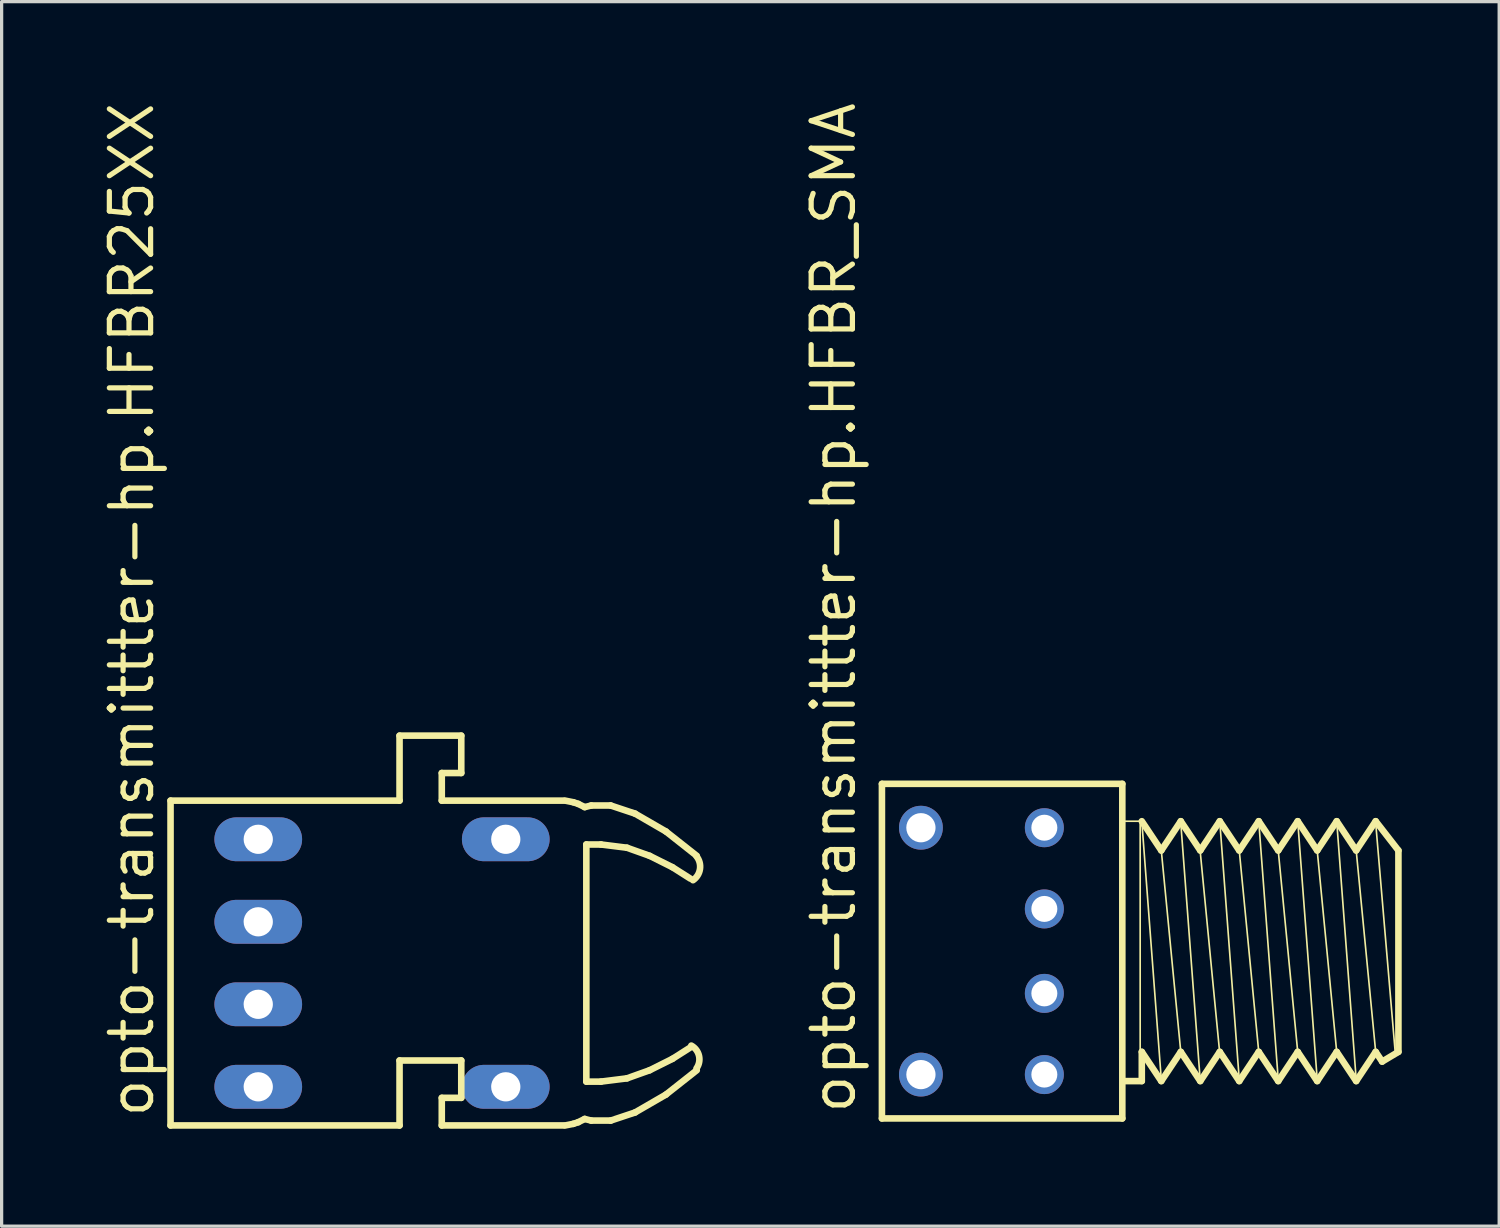
<source format=kicad_pcb>
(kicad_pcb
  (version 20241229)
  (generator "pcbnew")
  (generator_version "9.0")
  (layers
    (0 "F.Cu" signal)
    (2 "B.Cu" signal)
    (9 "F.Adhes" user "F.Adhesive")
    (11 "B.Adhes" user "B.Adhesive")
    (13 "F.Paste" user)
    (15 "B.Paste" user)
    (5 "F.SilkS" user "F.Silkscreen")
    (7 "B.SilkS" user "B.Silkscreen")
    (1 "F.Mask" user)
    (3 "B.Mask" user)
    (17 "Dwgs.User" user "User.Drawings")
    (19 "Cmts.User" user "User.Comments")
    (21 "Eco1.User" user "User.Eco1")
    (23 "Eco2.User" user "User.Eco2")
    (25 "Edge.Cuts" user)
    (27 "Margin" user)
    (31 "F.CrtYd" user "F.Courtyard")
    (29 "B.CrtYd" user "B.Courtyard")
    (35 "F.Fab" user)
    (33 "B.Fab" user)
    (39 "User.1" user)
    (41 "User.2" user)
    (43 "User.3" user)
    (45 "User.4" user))
  (footprint "opto-transmittter-hp.HFBR25XX"
    (layer "F.Cu")
    (at 4.9 26.597)
    (property "Reference" "opto-transmittter-hp.HFBR25XX" (at -3.15 4.835 90) (layer "F.SilkS") (effects (font (size 1.27 1.27) (thickness 0.16)) (justify left bottom)))
    (attr through_hole)
    (fp_line (start -2.7 -5) (end 4.35 -5) (stroke (width 0.203) (type default)) (layer "F.SilkS"))
    (fp_line (start -2.7 5) (end -2.7 -5) (stroke (width 0.203) (type default)) (layer "F.SilkS"))
    (fp_line (start 4.35 -7) (end 4.35 -5) (stroke (width 0.203) (type default)) (layer "F.SilkS"))
    (fp_line (start 4.35 3) (end 4.35 5) (stroke (width 0.203) (type default)) (layer "F.SilkS"))
    (fp_line (start 4.35 5) (end -2.7 5) (stroke (width 0.203) (type default)) (layer "F.SilkS"))
    (fp_line (start 5.65 -5.85) (end 5.65 -5) (stroke (width 0.203) (type default)) (layer "F.SilkS"))
    (fp_line (start 5.65 -5) (end 9.4 -5) (stroke (width 0.203) (type default)) (layer "F.SilkS"))
    (fp_line (start 5.65 4.15) (end 5.65 5) (stroke (width 0.203) (type default)) (layer "F.SilkS"))
    (fp_line (start 6.25 -7) (end 4.35 -7) (stroke (width 0.203) (type default)) (layer "F.SilkS"))
    (fp_line (start 6.25 -7) (end 6.25 -5.85) (stroke (width 0.203) (type default)) (layer "F.SilkS"))
    (fp_line (start 6.25 -5.85) (end 5.65 -5.85) (stroke (width 0.203) (type default)) (layer "F.SilkS"))
    (fp_line (start 6.25 3) (end 4.35 3) (stroke (width 0.203) (type default)) (layer "F.SilkS"))
    (fp_line (start 6.25 3) (end 6.25 4.15) (stroke (width 0.203) (type default)) (layer "F.SilkS"))
    (fp_line (start 6.25 4.15) (end 5.65 4.15) (stroke (width 0.203) (type default)) (layer "F.SilkS"))
    (fp_line (start 9.4 5) (end 5.65 5) (stroke (width 0.203) (type default)) (layer "F.SilkS"))
    (fp_line (start 9.45 -5) (end 9.7 -4.95) (stroke (width 0.203) (type default)) (layer "F.SilkS"))
    (fp_line (start 9.45 5) (end 9.7 4.95) (stroke (width 0.203) (type default)) (layer "F.SilkS"))
    (fp_line (start 9.7 -4.95) (end 9.85 -4.9) (stroke (width 0.203) (type default)) (layer "F.SilkS"))
    (fp_line (start 9.7 4.95) (end 9.85 4.9) (stroke (width 0.203) (type default)) (layer "F.SilkS"))
    (fp_line (start 9.85 -4.9) (end 10.05 -4.8) (stroke (width 0.203) (type default)) (layer "F.SilkS"))
    (fp_line (start 9.85 4.9) (end 10.05 4.8) (stroke (width 0.203) (type default)) (layer "F.SilkS"))
    (fp_line (start 10.05 -4.8) (end 10.25 -4.85) (stroke (width 0.203) (type default)) (layer "F.SilkS"))
    (fp_line (start 10.05 4.8) (end 10.25 4.85) (stroke (width 0.203) (type default)) (layer "F.SilkS"))
    (fp_line (start 10.1 -3.65) (end 10.1 3.65) (stroke (width 0.203) (type default)) (layer "F.SilkS"))
    (fp_line (start 10.25 -4.85) (end 10.85 -4.85) (stroke (width 0.203) (type default)) (layer "F.SilkS"))
    (fp_line (start 10.25 4.85) (end 10.85 4.85) (stroke (width 0.203) (type default)) (layer "F.SilkS"))
    (fp_line (start 10.55 -3.65) (end 10.1 -3.65) (stroke (width 0.203) (type default)) (layer "F.SilkS"))
    (fp_line (start 10.55 3.65) (end 10.1 3.65) (stroke (width 0.203) (type default)) (layer "F.SilkS"))
    (fp_line (start 10.85 -4.85) (end 11.6 -4.6) (stroke (width 0.203) (type default)) (layer "F.SilkS"))
    (fp_line (start 10.85 4.85) (end 11.6 4.6) (stroke (width 0.203) (type default)) (layer "F.SilkS"))
    (fp_line (start 11.35 -3.55) (end 10.55 -3.65) (stroke (width 0.203) (type default)) (layer "F.SilkS"))
    (fp_line (start 11.35 3.55) (end 10.55 3.65) (stroke (width 0.203) (type default)) (layer "F.SilkS"))
    (fp_line (start 11.6 -4.6) (end 12.55 -4.05) (stroke (width 0.203) (type default)) (layer "F.SilkS"))
    (fp_line (start 11.6 4.6) (end 12.55 4.05) (stroke (width 0.203) (type default)) (layer "F.SilkS"))
    (fp_line (start 12.05 -3.3) (end 11.35 -3.55) (stroke (width 0.203) (type default)) (layer "F.SilkS"))
    (fp_line (start 12.05 3.3) (end 11.35 3.55) (stroke (width 0.203) (type default)) (layer "F.SilkS"))
    (fp_line (start 12.55 -4.05) (end 13.5 -3.3) (stroke (width 0.203) (type default)) (layer "F.SilkS"))
    (fp_line (start 12.55 4.05) (end 13.5 3.3) (stroke (width 0.203) (type default)) (layer "F.SilkS"))
    (fp_line (start 12.75 -2.95) (end 12.05 -3.3) (stroke (width 0.203) (type default)) (layer "F.SilkS"))
    (fp_line (start 12.75 2.95) (end 12.05 3.3) (stroke (width 0.203) (type default)) (layer "F.SilkS"))
    (fp_line (start 13.3 -2.6) (end 12.75 -2.95) (stroke (width 0.203) (type default)) (layer "F.SilkS"))
    (fp_line (start 13.3 2.6) (end 12.75 2.95) (stroke (width 0.203) (type default)) (layer "F.SilkS"))
    (fp_arc (start 13.332005 2.541837) (mid 13.569315 2.856999) (end 13.491219 3.243709) (stroke (width 0.2032) (type default)) (layer "F.SilkS"))
    (fp_arc (start 13.488589 -3.290632) (mid 13.598861 -2.897153) (end 13.383512 -2.549862) (stroke (width 0.2032) (type default)) (layer "F.SilkS"))
    (pad "1" thru_hole oval (at 0 -3.81) (size 2.7 1.35) (drill 0.9) (layers "*.Cu" "*.Mask"))
    (pad "2" thru_hole oval (at 0 -1.27) (size 2.7 1.35) (drill 0.9) (layers "*.Cu" "*.Mask"))
    (pad "3" thru_hole oval (at 0 1.27) (size 2.7 1.35) (drill 0.9) (layers "*.Cu" "*.Mask"))
    (pad "4" thru_hole oval (at 0 3.81) (size 2.7 1.35) (drill 0.9) (layers "*.Cu" "*.Mask"))
    (pad "5" thru_hole oval (at 7.62 3.81) (size 2.7 1.35) (drill 0.9) (layers "*.Cu" "*.Mask"))
    (pad "8" thru_hole oval (at 7.62 -3.81) (size 2.7 1.35) (drill 0.9) (layers "*.Cu" "*.Mask")))
  (footprint "opto-transmittter-hp.HFBR_SMA"
    (layer "F.Cu")
    (at 27.8 26.231)
    (property "Reference" "opto-transmittter-hp.HFBR_SMA" (at -4.445 5.08 90) (layer "F.SilkS") (effects (font (size 1.27 1.27) (thickness 0.16)) (justify left bottom)))
    (attr through_hole)
    (fp_line (start -3.7 -5.15) (end 3.7 -5.15) (stroke (width 0.203) (type default)) (layer "F.SilkS"))
    (fp_line (start -3.7 5.15) (end -3.7 -5.15) (stroke (width 0.203) (type default)) (layer "F.SilkS"))
    (fp_line (start 3.7 -5.15) (end 3.7 5.15) (stroke (width 0.203) (type default)) (layer "F.SilkS"))
    (fp_line (start 3.7 5.15) (end -3.7 5.15) (stroke (width 0.203) (type default)) (layer "F.SilkS"))
    (fp_line (start 3.8 -4) (end 4.3 -4) (stroke (width 0.051) (type default)) (layer "F.SilkS"))
    (fp_line (start 3.8 4) (end 4.3 4) (stroke (width 0.203) (type default)) (layer "F.SilkS"))
    (fp_line (start 4.25 -3.95) (end 4.25 3.1) (stroke (width 0.051) (type default)) (layer "F.SilkS"))
    (fp_line (start 4.3 -4) (end 4.9 -3.1) (stroke (width 0.203) (type default)) (layer "F.SilkS"))
    (fp_line (start 4.3 -4) (end 4.9 3.95) (stroke (width 0.051) (type default)) (layer "F.SilkS"))
    (fp_line (start 4.3 4) (end 4.3 3.1) (stroke (width 0.203) (type default)) (layer "F.SilkS"))
    (fp_line (start 4.9 -3.1) (end 5.5 -4) (stroke (width 0.203) (type default)) (layer "F.SilkS"))
    (fp_line (start 4.9 -3.1) (end 5.5 3.1) (stroke (width 0.051) (type default)) (layer "F.SilkS"))
    (fp_line (start 4.9 4) (end 4.3 3.1) (stroke (width 0.203) (type default)) (layer "F.SilkS"))
    (fp_line (start 5.5 -4) (end 6.1 -3.1) (stroke (width 0.203) (type default)) (layer "F.SilkS"))
    (fp_line (start 5.5 -3.95) (end 6.1 4) (stroke (width 0.051) (type default)) (layer "F.SilkS"))
    (fp_line (start 5.5 3.1) (end 4.9 4) (stroke (width 0.203) (type default)) (layer "F.SilkS"))
    (fp_line (start 6.1 -3.1) (end 6.7 -4) (stroke (width 0.203) (type default)) (layer "F.SilkS"))
    (fp_line (start 6.1 -3.05) (end 6.7 3.15) (stroke (width 0.051) (type default)) (layer "F.SilkS"))
    (fp_line (start 6.1 4) (end 5.5 3.1) (stroke (width 0.203) (type default)) (layer "F.SilkS"))
    (fp_line (start 6.7 -4) (end 7.3 -3.1) (stroke (width 0.203) (type default)) (layer "F.SilkS"))
    (fp_line (start 6.7 -4) (end 7.3 3.95) (stroke (width 0.051) (type default)) (layer "F.SilkS"))
    (fp_line (start 6.7 3.1) (end 6.1 4) (stroke (width 0.203) (type default)) (layer "F.SilkS"))
    (fp_line (start 7.3 -3.1) (end 7.9 -4) (stroke (width 0.203) (type default)) (layer "F.SilkS"))
    (fp_line (start 7.3 -3.1) (end 7.9 3.1) (stroke (width 0.051) (type default)) (layer "F.SilkS"))
    (fp_line (start 7.3 4) (end 6.7 3.1) (stroke (width 0.203) (type default)) (layer "F.SilkS"))
    (fp_line (start 7.9 -4) (end 8.5 -3.1) (stroke (width 0.203) (type default)) (layer "F.SilkS"))
    (fp_line (start 7.9 -4) (end 8.5 3.95) (stroke (width 0.051) (type default)) (layer "F.SilkS"))
    (fp_line (start 7.9 3.1) (end 7.3 4) (stroke (width 0.203) (type default)) (layer "F.SilkS"))
    (fp_line (start 8.5 -3.1) (end 9.1 -4) (stroke (width 0.203) (type default)) (layer "F.SilkS"))
    (fp_line (start 8.5 -3.1) (end 9.1 3.1) (stroke (width 0.051) (type default)) (layer "F.SilkS"))
    (fp_line (start 8.5 4) (end 7.9 3.1) (stroke (width 0.203) (type default)) (layer "F.SilkS"))
    (fp_line (start 9.1 -4) (end 9.7 -3.1) (stroke (width 0.203) (type default)) (layer "F.SilkS"))
    (fp_line (start 9.1 -4) (end 9.7 3.95) (stroke (width 0.051) (type default)) (layer "F.SilkS"))
    (fp_line (start 9.1 3.1) (end 8.5 4) (stroke (width 0.203) (type default)) (layer "F.SilkS"))
    (fp_line (start 9.7 -3.1) (end 10.3 -4) (stroke (width 0.203) (type default)) (layer "F.SilkS"))
    (fp_line (start 9.7 -3.1) (end 10.3 3.1) (stroke (width 0.051) (type default)) (layer "F.SilkS"))
    (fp_line (start 9.7 4) (end 9.1 3.1) (stroke (width 0.203) (type default)) (layer "F.SilkS"))
    (fp_line (start 10.3 -4) (end 10.9 -3.1) (stroke (width 0.203) (type default)) (layer "F.SilkS"))
    (fp_line (start 10.3 -4) (end 10.9 3.95) (stroke (width 0.051) (type default)) (layer "F.SilkS"))
    (fp_line (start 10.3 3.1) (end 9.7 4) (stroke (width 0.203) (type default)) (layer "F.SilkS"))
    (fp_line (start 10.9 -3.1) (end 11.5 -4) (stroke (width 0.203) (type default)) (layer "F.SilkS"))
    (fp_line (start 10.9 -3.1) (end 11.5 3.1) (stroke (width 0.051) (type default)) (layer "F.SilkS"))
    (fp_line (start 10.9 4) (end 10.3 3.1) (stroke (width 0.203) (type default)) (layer "F.SilkS"))
    (fp_line (start 11.5 -4) (end 12.2 -3.1) (stroke (width 0.203) (type default)) (layer "F.SilkS"))
    (fp_line (start 11.5 -3.95) (end 12.1 3.1) (stroke (width 0.051) (type default)) (layer "F.SilkS"))
    (fp_line (start 11.5 3.1) (end 10.9 4) (stroke (width 0.203) (type default)) (layer "F.SilkS"))
    (fp_line (start 11.7 3.4) (end 11.5 3.1) (stroke (width 0.203) (type default)) (layer "F.SilkS"))
    (fp_line (start 12.2 -3.1) (end 12.2 3.1) (stroke (width 0.203) (type default)) (layer "F.SilkS"))
    (fp_line (start 12.2 3.1) (end 11.7 3.4) (stroke (width 0.203) (type default)) (layer "F.SilkS"))
    (pad "1" thru_hole circle (at -2.5 -3.8) (size 1.35 1.35) (drill 0.9) (layers "*.Cu" "*.Mask"))
    (pad "4" thru_hole circle (at -2.5 3.8) (size 1.35 1.35) (drill 0.9) (layers "*.Cu" "*.Mask"))
    (pad "5" thru_hole circle (at 1.3 3.8) (size 1.2 1.2) (drill 0.8) (layers "*.Cu" "*.Mask"))
    (pad "6" thru_hole circle (at 1.3 1.3) (size 1.2 1.2) (drill 0.8) (layers "*.Cu" "*.Mask"))
    (pad "7" thru_hole circle (at 1.3 -1.3) (size 1.2 1.2) (drill 0.8) (layers "*.Cu" "*.Mask"))
    (pad "8" thru_hole circle (at 1.3 -3.8) (size 1.2 1.2) (drill 0.8) (layers "*.Cu" "*.Mask")))
  (gr_rect
    (start -3 -3)
    (end 43.102 34.698)
    (stroke (width 0.1) (type default))
    (fill no)
    (layer "Edge.Cuts")))
</source>
